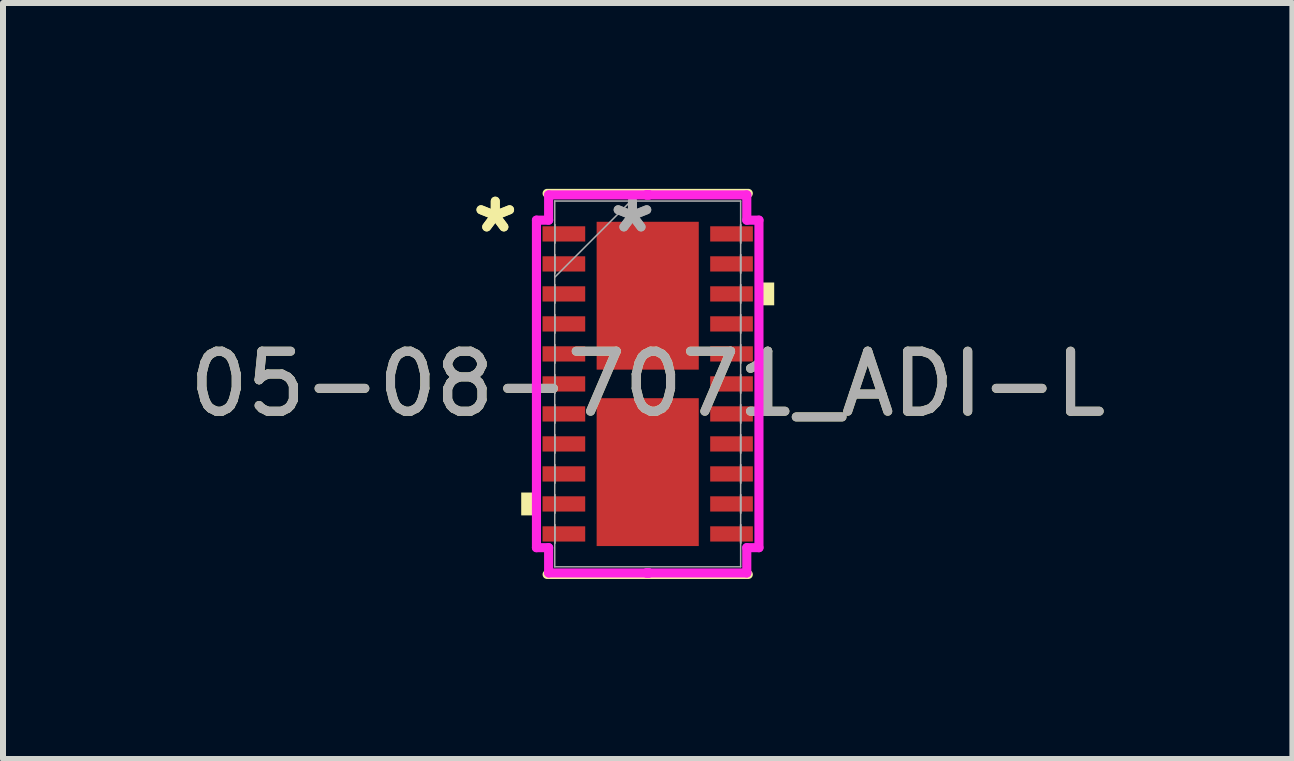
<source format=kicad_pcb>
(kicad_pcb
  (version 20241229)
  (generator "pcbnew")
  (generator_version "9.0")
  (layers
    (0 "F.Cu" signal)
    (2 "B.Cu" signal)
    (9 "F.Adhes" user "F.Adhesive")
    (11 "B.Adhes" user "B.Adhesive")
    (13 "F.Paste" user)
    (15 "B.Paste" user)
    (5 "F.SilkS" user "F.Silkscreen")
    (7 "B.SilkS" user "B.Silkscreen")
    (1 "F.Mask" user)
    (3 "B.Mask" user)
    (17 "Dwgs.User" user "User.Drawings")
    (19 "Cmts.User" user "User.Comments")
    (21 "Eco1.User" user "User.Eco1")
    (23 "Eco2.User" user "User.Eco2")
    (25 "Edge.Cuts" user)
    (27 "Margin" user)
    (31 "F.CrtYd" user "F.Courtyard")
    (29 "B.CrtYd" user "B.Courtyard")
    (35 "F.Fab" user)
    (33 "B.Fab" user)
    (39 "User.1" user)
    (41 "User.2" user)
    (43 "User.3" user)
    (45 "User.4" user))
  (footprint "05-08-7071_ADI-L"
    (layer "F.Cu")
    (at 7.744 3.348)
    (property "Reference" "05-08-7071_ADI-L" (at 0 0 0) (unlocked yes) (layer "F.SilkS") (effects (font (size 1 1) (thickness 0.15))))
    (attr smd)
    (fp_line (start -1.676 3.175) (end 1.676 3.175) (stroke (width 0.152) (type solid)) (layer "F.SilkS"))
    (fp_line (start 1.676 -3.175) (end -1.676 -3.175) (stroke (width 0.152) (type solid)) (layer "F.SilkS"))
    (fp_poly (pts (xy -2.108 1.81) (xy -2.108 2.191) (xy -1.854 2.191) (xy -1.854 1.81)) (stroke (width 0) (type solid)) (fill yes) (layer "F.SilkS"))
    (fp_poly (pts (xy 2.108 -1.69) (xy 2.108 -1.31) (xy 1.854 -1.31) (xy 1.854 -1.69)) (stroke (width 0) (type solid)) (fill yes) (layer "F.SilkS"))
    (fp_line (start -1.854 -2.729) (end -1.651 -2.729) (stroke (width 0.152) (type solid)) (layer "F.CrtYd"))
    (fp_line (start -1.854 2.729) (end -1.854 -2.729) (stroke (width 0.152) (type solid)) (layer "F.CrtYd"))
    (fp_line (start -1.651 -3.15) (end 0.021 -3.15) (stroke (width 0.152) (type solid)) (layer "F.CrtYd"))
    (fp_line (start -1.651 -2.729) (end -1.651 -3.15) (stroke (width 0.152) (type solid)) (layer "F.CrtYd"))
    (fp_line (start -1.651 2.729) (end -1.854 2.729) (stroke (width 0.152) (type solid)) (layer "F.CrtYd"))
    (fp_line (start -1.651 3.15) (end -1.651 2.729) (stroke (width 0.152) (type solid)) (layer "F.CrtYd"))
    (fp_line (start -0.021 -3.15) (end -0.021 -3.15) (stroke (width 0.152) (type solid)) (layer "F.CrtYd"))
    (fp_line (start -0.021 -3.15) (end 1.651 -3.15) (stroke (width 0.152) (type solid)) (layer "F.CrtYd"))
    (fp_line (start -0.021 3.15) (end -0.021 3.15) (stroke (width 0.152) (type solid)) (layer "F.CrtYd"))
    (fp_line (start -0.021 3.15) (end 0.021 3.15) (stroke (width 0.152) (type solid)) (layer "F.CrtYd"))
    (fp_line (start 0.021 -3.15) (end -0.021 -3.15) (stroke (width 0.152) (type solid)) (layer "F.CrtYd"))
    (fp_line (start 0.021 -3.15) (end 0.021 -3.15) (stroke (width 0.152) (type solid)) (layer "F.CrtYd"))
    (fp_line (start 0.021 3.15) (end -1.651 3.15) (stroke (width 0.152) (type solid)) (layer "F.CrtYd"))
    (fp_line (start 0.021 3.15) (end 0.021 3.15) (stroke (width 0.152) (type solid)) (layer "F.CrtYd"))
    (fp_line (start 1.651 -3.15) (end 1.651 -2.729) (stroke (width 0.152) (type solid)) (layer "F.CrtYd"))
    (fp_line (start 1.651 -2.729) (end 1.854 -2.729) (stroke (width 0.152) (type solid)) (layer "F.CrtYd"))
    (fp_line (start 1.651 2.729) (end 1.651 3.15) (stroke (width 0.152) (type solid)) (layer "F.CrtYd"))
    (fp_line (start 1.651 3.15) (end -0.021 3.15) (stroke (width 0.152) (type solid)) (layer "F.CrtYd"))
    (fp_line (start 1.854 -2.729) (end 1.854 2.729) (stroke (width 0.152) (type solid)) (layer "F.CrtYd"))
    (fp_line (start 1.854 2.729) (end 1.651 2.729) (stroke (width 0.152) (type solid)) (layer "F.CrtYd"))
    (fp_line (start -1.549 -3.048) (end -1.549 3.048) (stroke (width 0.025) (type solid)) (layer "F.Fab"))
    (fp_line (start -1.549 -2.652) (end -1.549 -2.652) (stroke (width 0.025) (type solid)) (layer "F.Fab"))
    (fp_line (start -1.549 -2.652) (end -1.549 -2.348) (stroke (width 0.025) (type solid)) (layer "F.Fab"))
    (fp_line (start -1.549 -2.348) (end -1.549 -2.652) (stroke (width 0.025) (type solid)) (layer "F.Fab"))
    (fp_line (start -1.549 -2.348) (end -1.549 -2.348) (stroke (width 0.025) (type solid)) (layer "F.Fab"))
    (fp_line (start -1.549 -2.152) (end -1.549 -2.152) (stroke (width 0.025) (type solid)) (layer "F.Fab"))
    (fp_line (start -1.549 -2.152) (end -1.549 -1.848) (stroke (width 0.025) (type solid)) (layer "F.Fab"))
    (fp_line (start -1.549 -1.848) (end -1.549 -2.152) (stroke (width 0.025) (type solid)) (layer "F.Fab"))
    (fp_line (start -1.549 -1.848) (end -1.549 -1.848) (stroke (width 0.025) (type solid)) (layer "F.Fab"))
    (fp_line (start -1.549 -1.778) (end -0.279 -3.048) (stroke (width 0.025) (type solid)) (layer "F.Fab"))
    (fp_line (start -1.549 -1.652) (end -1.549 -1.652) (stroke (width 0.025) (type solid)) (layer "F.Fab"))
    (fp_line (start -1.549 -1.652) (end -1.549 -1.348) (stroke (width 0.025) (type solid)) (layer "F.Fab"))
    (fp_line (start -1.549 -1.348) (end -1.549 -1.652) (stroke (width 0.025) (type solid)) (layer "F.Fab"))
    (fp_line (start -1.549 -1.348) (end -1.549 -1.348) (stroke (width 0.025) (type solid)) (layer "F.Fab"))
    (fp_line (start -1.549 -1.152) (end -1.549 -1.152) (stroke (width 0.025) (type solid)) (layer "F.Fab"))
    (fp_line (start -1.549 -1.152) (end -1.549 -0.848) (stroke (width 0.025) (type solid)) (layer "F.Fab"))
    (fp_line (start -1.549 -0.848) (end -1.549 -1.152) (stroke (width 0.025) (type solid)) (layer "F.Fab"))
    (fp_line (start -1.549 -0.848) (end -1.549 -0.848) (stroke (width 0.025) (type solid)) (layer "F.Fab"))
    (fp_line (start -1.549 -0.652) (end -1.549 -0.652) (stroke (width 0.025) (type solid)) (layer "F.Fab"))
    (fp_line (start -1.549 -0.652) (end -1.549 -0.348) (stroke (width 0.025) (type solid)) (layer "F.Fab"))
    (fp_line (start -1.549 -0.348) (end -1.549 -0.652) (stroke (width 0.025) (type solid)) (layer "F.Fab"))
    (fp_line (start -1.549 -0.348) (end -1.549 -0.348) (stroke (width 0.025) (type solid)) (layer "F.Fab"))
    (fp_line (start -1.549 -0.152) (end -1.549 -0.152) (stroke (width 0.025) (type solid)) (layer "F.Fab"))
    (fp_line (start -1.549 -0.152) (end -1.549 0.152) (stroke (width 0.025) (type solid)) (layer "F.Fab"))
    (fp_line (start -1.549 0.152) (end -1.549 -0.152) (stroke (width 0.025) (type solid)) (layer "F.Fab"))
    (fp_line (start -1.549 0.152) (end -1.549 0.152) (stroke (width 0.025) (type solid)) (layer "F.Fab"))
    (fp_line (start -1.549 0.348) (end -1.549 0.348) (stroke (width 0.025) (type solid)) (layer "F.Fab"))
    (fp_line (start -1.549 0.348) (end -1.549 0.652) (stroke (width 0.025) (type solid)) (layer "F.Fab"))
    (fp_line (start -1.549 0.652) (end -1.549 0.348) (stroke (width 0.025) (type solid)) (layer "F.Fab"))
    (fp_line (start -1.549 0.652) (end -1.549 0.652) (stroke (width 0.025) (type solid)) (layer "F.Fab"))
    (fp_line (start -1.549 0.848) (end -1.549 0.848) (stroke (width 0.025) (type solid)) (layer "F.Fab"))
    (fp_line (start -1.549 0.848) (end -1.549 1.152) (stroke (width 0.025) (type solid)) (layer "F.Fab"))
    (fp_line (start -1.549 1.152) (end -1.549 0.848) (stroke (width 0.025) (type solid)) (layer "F.Fab"))
    (fp_line (start -1.549 1.152) (end -1.549 1.152) (stroke (width 0.025) (type solid)) (layer "F.Fab"))
    (fp_line (start -1.549 1.348) (end -1.549 1.348) (stroke (width 0.025) (type solid)) (layer "F.Fab"))
    (fp_line (start -1.549 1.348) (end -1.549 1.652) (stroke (width 0.025) (type solid)) (layer "F.Fab"))
    (fp_line (start -1.549 1.652) (end -1.549 1.348) (stroke (width 0.025) (type solid)) (layer "F.Fab"))
    (fp_line (start -1.549 1.652) (end -1.549 1.652) (stroke (width 0.025) (type solid)) (layer "F.Fab"))
    (fp_line (start -1.549 1.848) (end -1.549 1.848) (stroke (width 0.025) (type solid)) (layer "F.Fab"))
    (fp_line (start -1.549 1.848) (end -1.549 2.152) (stroke (width 0.025) (type solid)) (layer "F.Fab"))
    (fp_line (start -1.549 2.152) (end -1.549 1.848) (stroke (width 0.025) (type solid)) (layer "F.Fab"))
    (fp_line (start -1.549 2.152) (end -1.549 2.152) (stroke (width 0.025) (type solid)) (layer "F.Fab"))
    (fp_line (start -1.549 2.348) (end -1.549 2.348) (stroke (width 0.025) (type solid)) (layer "F.Fab"))
    (fp_line (start -1.549 2.348) (end -1.549 2.652) (stroke (width 0.025) (type solid)) (layer "F.Fab"))
    (fp_line (start -1.549 2.652) (end -1.549 2.348) (stroke (width 0.025) (type solid)) (layer "F.Fab"))
    (fp_line (start -1.549 2.652) (end -1.549 2.652) (stroke (width 0.025) (type solid)) (layer "F.Fab"))
    (fp_line (start -1.549 3.048) (end 1.549 3.048) (stroke (width 0.025) (type solid)) (layer "F.Fab"))
    (fp_line (start 1.549 -3.048) (end -1.549 -3.048) (stroke (width 0.025) (type solid)) (layer "F.Fab"))
    (fp_line (start 1.549 -2.652) (end 1.549 -2.652) (stroke (width 0.025) (type solid)) (layer "F.Fab"))
    (fp_line (start 1.549 -2.652) (end 1.549 -2.348) (stroke (width 0.025) (type solid)) (layer "F.Fab"))
    (fp_line (start 1.549 -2.348) (end 1.549 -2.652) (stroke (width 0.025) (type solid)) (layer "F.Fab"))
    (fp_line (start 1.549 -2.348) (end 1.549 -2.348) (stroke (width 0.025) (type solid)) (layer "F.Fab"))
    (fp_line (start 1.549 -2.152) (end 1.549 -2.152) (stroke (width 0.025) (type solid)) (layer "F.Fab"))
    (fp_line (start 1.549 -2.152) (end 1.549 -1.848) (stroke (width 0.025) (type solid)) (layer "F.Fab"))
    (fp_line (start 1.549 -1.848) (end 1.549 -2.152) (stroke (width 0.025) (type solid)) (layer "F.Fab"))
    (fp_line (start 1.549 -1.848) (end 1.549 -1.848) (stroke (width 0.025) (type solid)) (layer "F.Fab"))
    (fp_line (start 1.549 -1.652) (end 1.549 -1.652) (stroke (width 0.025) (type solid)) (layer "F.Fab"))
    (fp_line (start 1.549 -1.652) (end 1.549 -1.348) (stroke (width 0.025) (type solid)) (layer "F.Fab"))
    (fp_line (start 1.549 -1.348) (end 1.549 -1.652) (stroke (width 0.025) (type solid)) (layer "F.Fab"))
    (fp_line (start 1.549 -1.348) (end 1.549 -1.348) (stroke (width 0.025) (type solid)) (layer "F.Fab"))
    (fp_line (start 1.549 -1.152) (end 1.549 -1.152) (stroke (width 0.025) (type solid)) (layer "F.Fab"))
    (fp_line (start 1.549 -1.152) (end 1.549 -0.848) (stroke (width 0.025) (type solid)) (layer "F.Fab"))
    (fp_line (start 1.549 -0.848) (end 1.549 -1.152) (stroke (width 0.025) (type solid)) (layer "F.Fab"))
    (fp_line (start 1.549 -0.848) (end 1.549 -0.848) (stroke (width 0.025) (type solid)) (layer "F.Fab"))
    (fp_line (start 1.549 -0.652) (end 1.549 -0.652) (stroke (width 0.025) (type solid)) (layer "F.Fab"))
    (fp_line (start 1.549 -0.652) (end 1.549 -0.348) (stroke (width 0.025) (type solid)) (layer "F.Fab"))
    (fp_line (start 1.549 -0.348) (end 1.549 -0.652) (stroke (width 0.025) (type solid)) (layer "F.Fab"))
    (fp_line (start 1.549 -0.348) (end 1.549 -0.348) (stroke (width 0.025) (type solid)) (layer "F.Fab"))
    (fp_line (start 1.549 -0.152) (end 1.549 -0.152) (stroke (width 0.025) (type solid)) (layer "F.Fab"))
    (fp_line (start 1.549 -0.152) (end 1.549 0.152) (stroke (width 0.025) (type solid)) (layer "F.Fab"))
    (fp_line (start 1.549 0.152) (end 1.549 -0.152) (stroke (width 0.025) (type solid)) (layer "F.Fab"))
    (fp_line (start 1.549 0.152) (end 1.549 0.152) (stroke (width 0.025) (type solid)) (layer "F.Fab"))
    (fp_line (start 1.549 0.348) (end 1.549 0.348) (stroke (width 0.025) (type solid)) (layer "F.Fab"))
    (fp_line (start 1.549 0.348) (end 1.549 0.652) (stroke (width 0.025) (type solid)) (layer "F.Fab"))
    (fp_line (start 1.549 0.652) (end 1.549 0.348) (stroke (width 0.025) (type solid)) (layer "F.Fab"))
    (fp_line (start 1.549 0.652) (end 1.549 0.652) (stroke (width 0.025) (type solid)) (layer "F.Fab"))
    (fp_line (start 1.549 0.848) (end 1.549 0.848) (stroke (width 0.025) (type solid)) (layer "F.Fab"))
    (fp_line (start 1.549 0.848) (end 1.549 1.152) (stroke (width 0.025) (type solid)) (layer "F.Fab"))
    (fp_line (start 1.549 1.152) (end 1.549 0.848) (stroke (width 0.025) (type solid)) (layer "F.Fab"))
    (fp_line (start 1.549 1.152) (end 1.549 1.152) (stroke (width 0.025) (type solid)) (layer "F.Fab"))
    (fp_line (start 1.549 1.348) (end 1.549 1.348) (stroke (width 0.025) (type solid)) (layer "F.Fab"))
    (fp_line (start 1.549 1.348) (end 1.549 1.652) (stroke (width 0.025) (type solid)) (layer "F.Fab"))
    (fp_line (start 1.549 1.652) (end 1.549 1.348) (stroke (width 0.025) (type solid)) (layer "F.Fab"))
    (fp_line (start 1.549 1.652) (end 1.549 1.652) (stroke (width 0.025) (type solid)) (layer "F.Fab"))
    (fp_line (start 1.549 1.848) (end 1.549 1.848) (stroke (width 0.025) (type solid)) (layer "F.Fab"))
    (fp_line (start 1.549 1.848) (end 1.549 2.152) (stroke (width 0.025) (type solid)) (layer "F.Fab"))
    (fp_line (start 1.549 2.152) (end 1.549 1.848) (stroke (width 0.025) (type solid)) (layer "F.Fab"))
    (fp_line (start 1.549 2.152) (end 1.549 2.152) (stroke (width 0.025) (type solid)) (layer "F.Fab"))
    (fp_line (start 1.549 2.348) (end 1.549 2.348) (stroke (width 0.025) (type solid)) (layer "F.Fab"))
    (fp_line (start 1.549 2.348) (end 1.549 2.652) (stroke (width 0.025) (type solid)) (layer "F.Fab"))
    (fp_line (start 1.549 2.652) (end 1.549 2.348) (stroke (width 0.025) (type solid)) (layer "F.Fab"))
    (fp_line (start 1.549 2.652) (end 1.549 2.652) (stroke (width 0.025) (type solid)) (layer "F.Fab"))
    (fp_line (start 1.549 3.048) (end 1.549 -3.048) (stroke (width 0.025) (type solid)) (layer "F.Fab"))
    (fp_text user "*" (at -2.54 -2.5 0) (layer "F.SilkS") (effects (font (size 1 1) (thickness 0.15))))
    (fp_text user "*" (at -2.54 -2.5 0) (unlocked yes) (layer "F.SilkS") (effects (font (size 1 1) (thickness 0.15))))
    (fp_text user "*" (at -0.254 -2.5 0) (layer "F.Fab") (effects (font (size 1 1) (thickness 0.15))))
    (fp_text user "*" (at -0.254 -2.5 0) (unlocked yes) (layer "F.Fab") (effects (font (size 1 1) (thickness 0.15))))
    (fp_text user "${REFERENCE}" (at 0 0 0) (unlocked yes) (layer "F.Fab") (effects (font (size 1 1) (thickness 0.15))))
    (pad "1" smd rect (at -1.397 -2.5 90) (size 0.254 0.711) (layers "F.Cu" "F.Mask" "F.Paste"))
    (pad "2" smd rect (at -1.397 -2 90) (size 0.254 0.711) (layers "F.Cu" "F.Mask" "F.Paste"))
    (pad "3" smd rect (at -1.397 -1.5 90) (size 0.254 0.711) (layers "F.Cu" "F.Mask" "F.Paste"))
    (pad "4" smd rect (at -1.397 -1 90) (size 0.254 0.711) (layers "F.Cu" "F.Mask" "F.Paste"))
    (pad "5" smd rect (at -1.397 -0.5 90) (size 0.254 0.711) (layers "F.Cu" "F.Mask" "F.Paste"))
    (pad "6" smd rect (at -1.397 0 90) (size 0.254 0.711) (layers "F.Cu" "F.Mask" "F.Paste"))
    (pad "7" smd rect (at -1.397 0.5 90) (size 0.254 0.711) (layers "F.Cu" "F.Mask" "F.Paste"))
    (pad "8" smd rect (at -1.397 1 90) (size 0.254 0.711) (layers "F.Cu" "F.Mask" "F.Paste"))
    (pad "9" smd rect (at -1.397 1.5 90) (size 0.254 0.711) (layers "F.Cu" "F.Mask" "F.Paste"))
    (pad "10" smd rect (at -1.397 2 90) (size 0.254 0.711) (layers "F.Cu" "F.Mask" "F.Paste"))
    (pad "11" smd rect (at -1.397 2.5 90) (size 0.254 0.711) (layers "F.Cu" "F.Mask" "F.Paste"))
    (pad "12" smd rect (at 1.397 2.5 90) (size 0.254 0.711) (layers "F.Cu" "F.Mask" "F.Paste"))
    (pad "13" smd rect (at 1.397 2 90) (size 0.254 0.711) (layers "F.Cu" "F.Mask" "F.Paste"))
    (pad "14" smd rect (at 1.397 1.5 90) (size 0.254 0.711) (layers "F.Cu" "F.Mask" "F.Paste"))
    (pad "15" smd rect (at 1.397 1 90) (size 0.254 0.711) (layers "F.Cu" "F.Mask" "F.Paste"))
    (pad "16" smd rect (at 1.397 0.5 90) (size 0.254 0.711) (layers "F.Cu" "F.Mask" "F.Paste"))
    (pad "17" smd rect (at 1.397 0 90) (size 0.254 0.711) (layers "F.Cu" "F.Mask" "F.Paste"))
    (pad "18" smd rect (at 1.397 -0.5 90) (size 0.254 0.711) (layers "F.Cu" "F.Mask" "F.Paste"))
    (pad "19" smd rect (at 1.397 -1 90) (size 0.254 0.711) (layers "F.Cu" "F.Mask" "F.Paste"))
    (pad "20" smd rect (at 1.397 -1.5 90) (size 0.254 0.711) (layers "F.Cu" "F.Mask" "F.Paste"))
    (pad "21" smd rect (at 1.397 -2 90) (size 0.254 0.711) (layers "F.Cu" "F.Mask" "F.Paste"))
    (pad "22" smd rect (at 1.397 -2.5 90) (size 0.254 0.711) (layers "F.Cu" "F.Mask" "F.Paste"))
    (pad "23" smd rect (at 0 -1.47) (size 1.702 2.464) (layers "F.Cu" "F.Mask" "F.Paste"))
    (pad "24" smd rect (at 0 1.47) (size 1.702 2.464) (layers "F.Cu" "F.Mask" "F.Paste")))
  (gr_rect
    (start -3 -3)
    (end 18.488 9.599)
    (stroke (width 0.1) (type default))
    (fill no)
    (layer "Edge.Cuts")))
</source>
